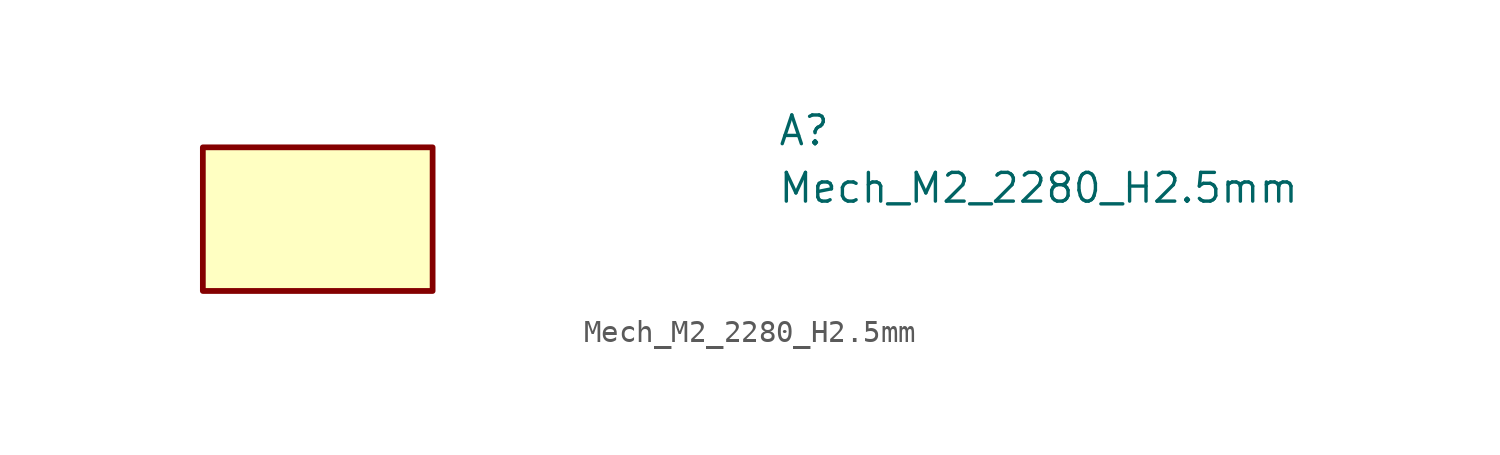
<source format=kicad_sym>
(kicad_symbol_lib
  (version 20211014)
  (generator kicad_symbol_editor)
  (symbol "Mech_M2_2280_H2.5mm"
    (property "Reference" "A"
      (at 25.4 0 0)
      (effects (font (size 1.27 1.27) (thickness 0.15)) (justify left bottom)))
    (property "Value" "Mech_M2_2280_H2.5mm"
      (at 25.4 -2.54 0)
      (effects (font (size 1.27 1.27) (thickness 0.15)) (justify left bottom)))
    (symbol "Mech_M2_2280_H2.5mm_1_1"
      (rectangle (start 10.16 -6.35) (end 0 0) (stroke (width 0.254) (type default) (color 0 0 0 0)) (fill (type background))))))
</source>
